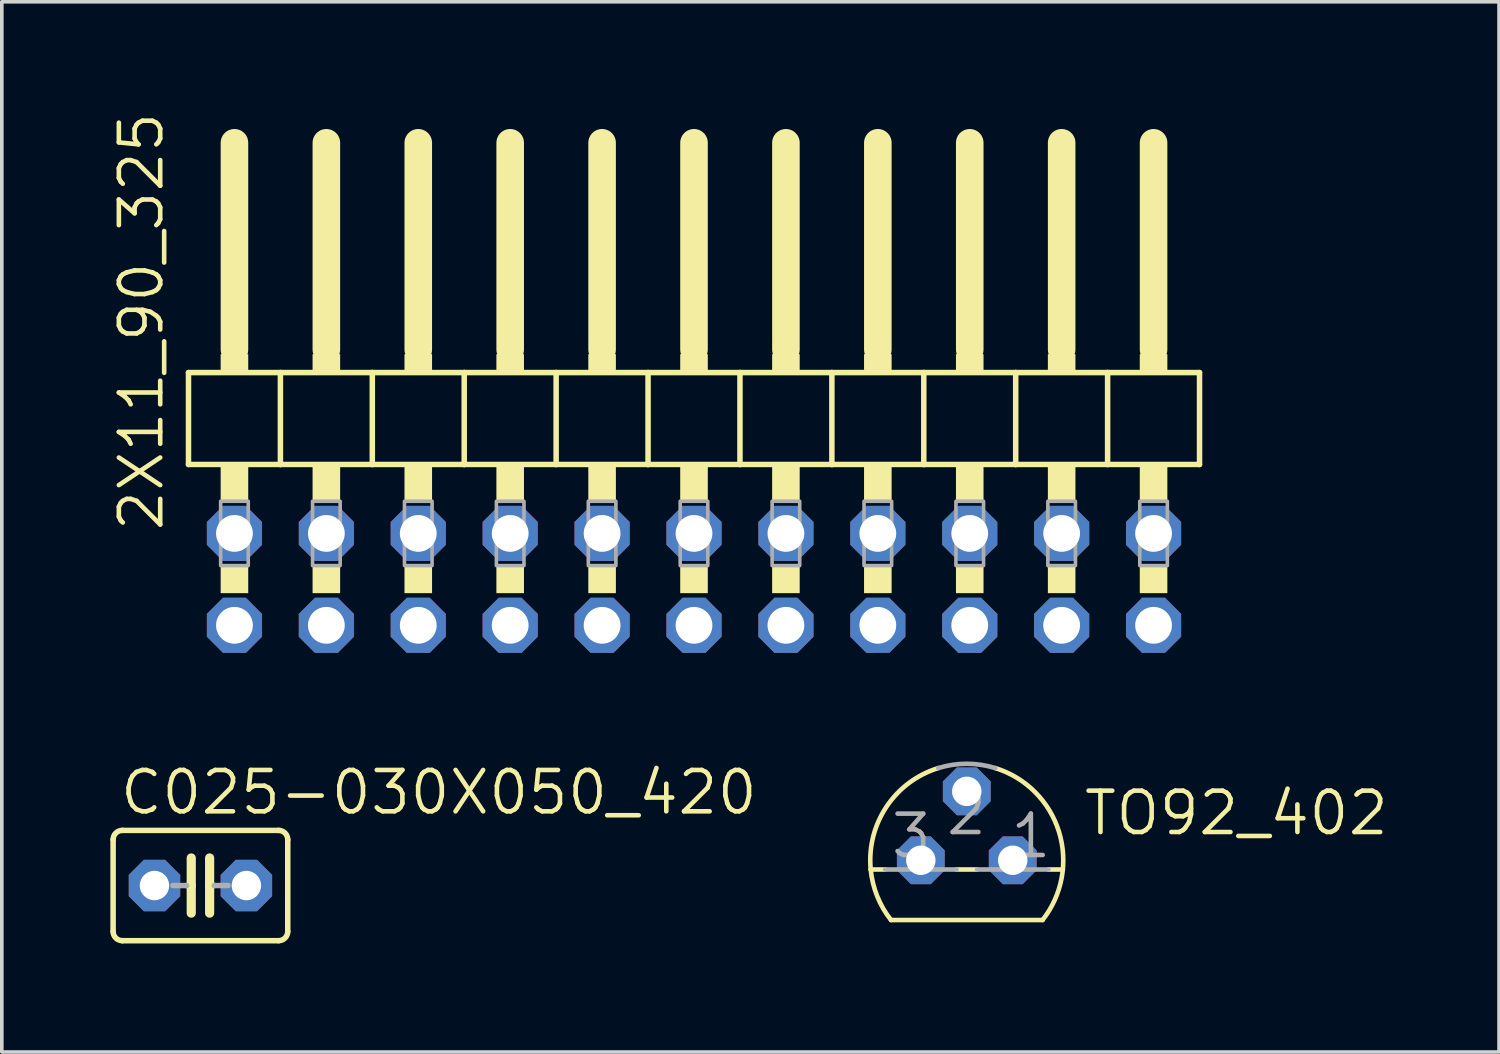
<source format=kicad_pcb>
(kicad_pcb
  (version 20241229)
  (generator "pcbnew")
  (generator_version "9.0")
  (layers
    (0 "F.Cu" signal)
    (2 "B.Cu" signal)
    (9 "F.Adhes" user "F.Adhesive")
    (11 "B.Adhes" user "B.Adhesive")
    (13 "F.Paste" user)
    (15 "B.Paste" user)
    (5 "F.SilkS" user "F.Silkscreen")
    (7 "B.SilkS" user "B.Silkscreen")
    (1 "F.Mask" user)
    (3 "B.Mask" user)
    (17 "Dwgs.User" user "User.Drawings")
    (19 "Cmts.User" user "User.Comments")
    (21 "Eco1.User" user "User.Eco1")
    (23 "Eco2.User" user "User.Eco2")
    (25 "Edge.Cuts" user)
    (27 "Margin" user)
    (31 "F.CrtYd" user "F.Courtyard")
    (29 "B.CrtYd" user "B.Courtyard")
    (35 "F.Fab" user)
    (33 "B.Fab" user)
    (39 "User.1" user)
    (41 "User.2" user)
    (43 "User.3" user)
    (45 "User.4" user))
  (footprint "C025-030X050_420"
    (layer "F.Cu")
    (at 2.489 21.422)
    (property "Reference" "C025-030X050_420" (at -2.286 -1.905 0) (unlocked yes) (layer "F.SilkS") (effects (font (size 1.143 1.143) (thickness 0.127)) (justify left bottom)))
    (fp_line (start -2.413 -1.27) (end -2.413 1.27) (stroke (width 0.152) (type solid)) (layer "F.SilkS"))
    (fp_line (start -2.159 -1.524) (end 2.159 -1.524) (stroke (width 0.152) (type solid)) (layer "F.SilkS"))
    (fp_line (start -0.254 -0.762) (end -0.254 0) (stroke (width 0.254) (type solid)) (layer "F.SilkS"))
    (fp_line (start -0.254 0) (end -0.381 0) (stroke (width 0.152) (type solid)) (layer "F.SilkS"))
    (fp_line (start -0.254 0) (end -0.254 0.762) (stroke (width 0.254) (type solid)) (layer "F.SilkS"))
    (fp_line (start 0.254 0) (end 0.254 -0.762) (stroke (width 0.254) (type solid)) (layer "F.SilkS"))
    (fp_line (start 0.254 0) (end 0.254 0.762) (stroke (width 0.254) (type solid)) (layer "F.SilkS"))
    (fp_line (start 0.381 0) (end 0.254 0) (stroke (width 0.152) (type solid)) (layer "F.SilkS"))
    (fp_line (start 2.159 1.524) (end -2.159 1.524) (stroke (width 0.152) (type solid)) (layer "F.SilkS"))
    (fp_line (start 2.413 -1.27) (end 2.413 1.27) (stroke (width 0.152) (type solid)) (layer "F.SilkS"))
    (fp_arc (start -2.413 -1.27) (mid -2.338605 -1.449605) (end -2.159 -1.524) (stroke (width 0.1524) (type solid)) (layer "F.SilkS"))
    (fp_arc (start -2.159 1.524) (mid -2.338605 1.449605) (end -2.413 1.27) (stroke (width 0.1524) (type solid)) (layer "F.SilkS"))
    (fp_arc (start 2.159 -1.524) (mid 2.338605 -1.449605) (end 2.413 -1.27) (stroke (width 0.1524) (type solid)) (layer "F.SilkS"))
    (fp_arc (start 2.413 1.27) (mid 2.338605 1.449605) (end 2.159 1.524) (stroke (width 0.1524) (type solid)) (layer "F.SilkS"))
    (fp_line (start -0.381 0) (end -0.762 0) (stroke (width 0.152) (type solid)) (layer "F.Fab"))
    (fp_line (start 0.762 0) (end 0.381 0) (stroke (width 0.152) (type solid)) (layer "F.Fab"))
    (pad "1" thru_hole roundrect (at -1.27 0) (size 1.422 1.422) (drill 0.813) (layers "*.Cu" "*.Mask") (roundrect_rratio 0.25) (chamfer_ratio 0.293) (chamfer top_left top_right bottom_left bottom_right))
    (pad "2" thru_hole roundrect (at 1.27 0) (size 1.422 1.422) (drill 0.813) (layers "*.Cu" "*.Mask") (roundrect_rratio 0.25) (chamfer_ratio 0.293) (chamfer top_left top_right bottom_left bottom_right)))
  (footprint "TO92_402"
    (layer "F.Cu")
    (at 23.667 20.724)
    (property "Reference" "TO92_402" (at 3.175 -0.635 0) (unlocked yes) (layer "F.SilkS") (effects (font (size 1.143 1.143) (thickness 0.127)) (justify left bottom)))
    (fp_line (start -2.655 0.254) (end -2.254 0.254) (stroke (width 0.127) (type solid)) (layer "F.SilkS"))
    (fp_line (start -2.095 1.651) (end 2.095 1.651) (stroke (width 0.127) (type solid)) (layer "F.SilkS"))
    (fp_line (start -0.286 0.254) (end 0.286 0.254) (stroke (width 0.127) (type solid)) (layer "F.SilkS"))
    (fp_line (start 2.254 0.254) (end 2.655 0.254) (stroke (width 0.127) (type solid)) (layer "F.SilkS"))
    (fp_arc (start -2.6549 0.254) (mid -2.219001 -1.479566) (end -0.786299 -2.548501) (stroke (width 0.127) (type solid)) (layer "F.SilkS"))
    (fp_arc (start -2.0946 1.651) (mid -2.475347 0.992847) (end -2.654901 0.254) (stroke (width 0.127) (type solid)) (layer "F.SilkS"))
    (fp_arc (start 0.7863 -2.5484) (mid 2.546275 -0.793203) (end 2.094499 1.651) (stroke (width 0.127) (type solid)) (layer "F.SilkS"))
    (fp_line (start -2.254 0.254) (end -0.286 0.254) (stroke (width 0.127) (type solid)) (layer "F.Fab"))
    (fp_line (start 0.286 0.254) (end 2.254 0.254) (stroke (width 0.127) (type solid)) (layer "F.Fab"))
    (fp_arc (start -0.7863 -2.5485) (mid 0 -2.667043) (end 0.7863 -2.5485) (stroke (width 0.127) (type solid)) (layer "F.Fab"))
    (fp_text user "1" (at 1.143 0 0) (unlocked yes) (layer "F.Fab") (effects (font (size 1.143 1.143) (thickness 0.127)) (justify left bottom)))
    (fp_text user "2" (at -0.635 -0.635 0) (unlocked yes) (layer "F.Fab") (effects (font (size 1.143 1.143) (thickness 0.127)) (justify left bottom)))
    (fp_text user "3" (at -2.159 0 0) (unlocked yes) (layer "F.Fab") (effects (font (size 1.143 1.143) (thickness 0.127)) (justify left bottom)))
    (pad "1" thru_hole roundrect (at 1.27 0) (size 1.321 1.321) (drill 0.813) (layers "*.Cu" "*.Mask") (roundrect_rratio 0.25) (chamfer_ratio 0.293) (chamfer top_left top_right bottom_left bottom_right))
    (pad "2" thru_hole roundrect (at 0 -1.905) (size 1.321 1.321) (drill 0.813) (layers "*.Cu" "*.Mask") (roundrect_rratio 0.25) (chamfer_ratio 0.293) (chamfer top_left top_right bottom_left bottom_right))
    (pad "3" thru_hole roundrect (at -1.27 0) (size 1.321 1.321) (drill 0.813) (layers "*.Cu" "*.Mask") (roundrect_rratio 0.25) (chamfer_ratio 0.293) (chamfer top_left top_right bottom_left bottom_right)))
  (footprint "2X11_90_325"
    (layer "F.Cu")
    (at 16.129 7.881)
    (property "Reference" "2X11_90_325" (at -14.605 3.81 90) (unlocked yes) (layer "F.SilkS") (effects (font (size 1.143 1.143) (thickness 0.127)) (justify left bottom)))
    (fp_line (start -13.97 -0.635) (end -13.97 1.905) (stroke (width 0.152) (type solid)) (layer "F.SilkS"))
    (fp_line (start -13.97 1.905) (end -11.43 1.905) (stroke (width 0.152) (type solid)) (layer "F.SilkS"))
    (fp_line (start -12.7 -6.985) (end -12.7 -1.27) (stroke (width 0.762) (type solid)) (layer "F.SilkS"))
    (fp_line (start -11.43 -0.635) (end -13.97 -0.635) (stroke (width 0.152) (type solid)) (layer "F.SilkS"))
    (fp_line (start -11.43 1.905) (end -11.43 -0.635) (stroke (width 0.152) (type solid)) (layer "F.SilkS"))
    (fp_line (start -11.43 1.905) (end -8.89 1.905) (stroke (width 0.152) (type solid)) (layer "F.SilkS"))
    (fp_line (start -10.16 -6.985) (end -10.16 -1.27) (stroke (width 0.762) (type solid)) (layer "F.SilkS"))
    (fp_line (start -8.89 -0.635) (end -11.43 -0.635) (stroke (width 0.152) (type solid)) (layer "F.SilkS"))
    (fp_line (start -8.89 1.905) (end -8.89 -0.635) (stroke (width 0.152) (type solid)) (layer "F.SilkS"))
    (fp_line (start -8.89 1.905) (end -6.35 1.905) (stroke (width 0.152) (type solid)) (layer "F.SilkS"))
    (fp_line (start -7.62 -6.985) (end -7.62 -1.27) (stroke (width 0.762) (type solid)) (layer "F.SilkS"))
    (fp_line (start -6.35 -0.635) (end -8.89 -0.635) (stroke (width 0.152) (type solid)) (layer "F.SilkS"))
    (fp_line (start -6.35 1.905) (end -6.35 -0.635) (stroke (width 0.152) (type solid)) (layer "F.SilkS"))
    (fp_line (start -6.35 1.905) (end -3.81 1.905) (stroke (width 0.152) (type solid)) (layer "F.SilkS"))
    (fp_line (start -5.08 -6.985) (end -5.08 -1.27) (stroke (width 0.762) (type solid)) (layer "F.SilkS"))
    (fp_line (start -3.81 -0.635) (end -6.35 -0.635) (stroke (width 0.152) (type solid)) (layer "F.SilkS"))
    (fp_line (start -3.81 1.905) (end -3.81 -0.635) (stroke (width 0.152) (type solid)) (layer "F.SilkS"))
    (fp_line (start -3.81 1.905) (end -1.27 1.905) (stroke (width 0.152) (type solid)) (layer "F.SilkS"))
    (fp_line (start -2.54 -6.985) (end -2.54 -1.27) (stroke (width 0.762) (type solid)) (layer "F.SilkS"))
    (fp_line (start -1.27 -0.635) (end -3.81 -0.635) (stroke (width 0.152) (type solid)) (layer "F.SilkS"))
    (fp_line (start -1.27 1.905) (end -1.27 -0.635) (stroke (width 0.152) (type solid)) (layer "F.SilkS"))
    (fp_line (start -1.27 1.905) (end 1.27 1.905) (stroke (width 0.152) (type solid)) (layer "F.SilkS"))
    (fp_line (start 0 -6.985) (end 0 -1.27) (stroke (width 0.762) (type solid)) (layer "F.SilkS"))
    (fp_line (start 1.27 -0.635) (end -1.27 -0.635) (stroke (width 0.152) (type solid)) (layer "F.SilkS"))
    (fp_line (start 1.27 1.905) (end 1.27 -0.635) (stroke (width 0.152) (type solid)) (layer "F.SilkS"))
    (fp_line (start 1.27 1.905) (end 3.81 1.905) (stroke (width 0.152) (type solid)) (layer "F.SilkS"))
    (fp_line (start 2.54 -6.985) (end 2.54 -1.27) (stroke (width 0.762) (type solid)) (layer "F.SilkS"))
    (fp_line (start 3.81 -0.635) (end 1.27 -0.635) (stroke (width 0.152) (type solid)) (layer "F.SilkS"))
    (fp_line (start 3.81 1.905) (end 3.81 -0.635) (stroke (width 0.152) (type solid)) (layer "F.SilkS"))
    (fp_line (start 3.81 1.905) (end 6.35 1.905) (stroke (width 0.152) (type solid)) (layer "F.SilkS"))
    (fp_line (start 5.08 -6.985) (end 5.08 -1.27) (stroke (width 0.762) (type solid)) (layer "F.SilkS"))
    (fp_line (start 6.35 -0.635) (end 3.81 -0.635) (stroke (width 0.152) (type solid)) (layer "F.SilkS"))
    (fp_line (start 6.35 1.905) (end 6.35 -0.635) (stroke (width 0.152) (type solid)) (layer "F.SilkS"))
    (fp_line (start 6.35 1.905) (end 8.89 1.905) (stroke (width 0.152) (type solid)) (layer "F.SilkS"))
    (fp_line (start 7.62 -6.985) (end 7.62 -1.27) (stroke (width 0.762) (type solid)) (layer "F.SilkS"))
    (fp_line (start 8.89 -0.635) (end 6.35 -0.635) (stroke (width 0.152) (type solid)) (layer "F.SilkS"))
    (fp_line (start 8.89 1.905) (end 8.89 -0.635) (stroke (width 0.152) (type solid)) (layer "F.SilkS"))
    (fp_line (start 8.89 1.905) (end 11.43 1.905) (stroke (width 0.152) (type solid)) (layer "F.SilkS"))
    (fp_line (start 10.16 -6.985) (end 10.16 -1.27) (stroke (width 0.762) (type solid)) (layer "F.SilkS"))
    (fp_line (start 11.43 -0.635) (end 8.89 -0.635) (stroke (width 0.152) (type solid)) (layer "F.SilkS"))
    (fp_line (start 11.43 1.905) (end 11.43 -0.635) (stroke (width 0.152) (type solid)) (layer "F.SilkS"))
    (fp_line (start 11.43 1.905) (end 13.97 1.905) (stroke (width 0.152) (type solid)) (layer "F.SilkS"))
    (fp_line (start 12.7 -6.985) (end 12.7 -1.27) (stroke (width 0.762) (type solid)) (layer "F.SilkS"))
    (fp_line (start 13.97 -0.635) (end 11.43 -0.635) (stroke (width 0.152) (type solid)) (layer "F.SilkS"))
    (fp_line (start 13.97 1.905) (end 13.97 -0.635) (stroke (width 0.152) (type solid)) (layer "F.SilkS"))
    (fp_poly (pts (xy -13.081 -0.635) (xy -12.319 -0.635) (xy -12.319 -1.143) (xy -13.081 -1.143)) (stroke (width 0) (type default)) (fill yes) (layer "F.SilkS"))
    (fp_poly (pts (xy -13.081 2.921) (xy -12.319 2.921) (xy -12.319 1.905) (xy -13.081 1.905)) (stroke (width 0) (type default)) (fill yes) (layer "F.SilkS"))
    (fp_poly (pts (xy -13.081 5.461) (xy -12.319 5.461) (xy -12.319 4.699) (xy -13.081 4.699)) (stroke (width 0) (type default)) (fill yes) (layer "F.SilkS"))
    (fp_poly (pts (xy -10.541 -0.635) (xy -9.779 -0.635) (xy -9.779 -1.143) (xy -10.541 -1.143)) (stroke (width 0) (type default)) (fill yes) (layer "F.SilkS"))
    (fp_poly (pts (xy -10.541 2.921) (xy -9.779 2.921) (xy -9.779 1.905) (xy -10.541 1.905)) (stroke (width 0) (type default)) (fill yes) (layer "F.SilkS"))
    (fp_poly (pts (xy -10.541 5.461) (xy -9.779 5.461) (xy -9.779 4.699) (xy -10.541 4.699)) (stroke (width 0) (type default)) (fill yes) (layer "F.SilkS"))
    (fp_poly (pts (xy -8.001 -0.635) (xy -7.239 -0.635) (xy -7.239 -1.143) (xy -8.001 -1.143)) (stroke (width 0) (type default)) (fill yes) (layer "F.SilkS"))
    (fp_poly (pts (xy -8.001 2.921) (xy -7.239 2.921) (xy -7.239 1.905) (xy -8.001 1.905)) (stroke (width 0) (type default)) (fill yes) (layer "F.SilkS"))
    (fp_poly (pts (xy -8.001 5.461) (xy -7.239 5.461) (xy -7.239 4.699) (xy -8.001 4.699)) (stroke (width 0) (type default)) (fill yes) (layer "F.SilkS"))
    (fp_poly (pts (xy -5.461 -0.635) (xy -4.699 -0.635) (xy -4.699 -1.143) (xy -5.461 -1.143)) (stroke (width 0) (type default)) (fill yes) (layer "F.SilkS"))
    (fp_poly (pts (xy -5.461 2.921) (xy -4.699 2.921) (xy -4.699 1.905) (xy -5.461 1.905)) (stroke (width 0) (type default)) (fill yes) (layer "F.SilkS"))
    (fp_poly (pts (xy -5.461 5.461) (xy -4.699 5.461) (xy -4.699 4.699) (xy -5.461 4.699)) (stroke (width 0) (type default)) (fill yes) (layer "F.SilkS"))
    (fp_poly (pts (xy -2.921 -0.635) (xy -2.159 -0.635) (xy -2.159 -1.143) (xy -2.921 -1.143)) (stroke (width 0) (type default)) (fill yes) (layer "F.SilkS"))
    (fp_poly (pts (xy -2.921 2.921) (xy -2.159 2.921) (xy -2.159 1.905) (xy -2.921 1.905)) (stroke (width 0) (type default)) (fill yes) (layer "F.SilkS"))
    (fp_poly (pts (xy -2.921 5.461) (xy -2.159 5.461) (xy -2.159 4.699) (xy -2.921 4.699)) (stroke (width 0) (type default)) (fill yes) (layer "F.SilkS"))
    (fp_poly (pts (xy -0.381 -0.635) (xy 0.381 -0.635) (xy 0.381 -1.143) (xy -0.381 -1.143)) (stroke (width 0) (type default)) (fill yes) (layer "F.SilkS"))
    (fp_poly (pts (xy -0.381 2.921) (xy 0.381 2.921) (xy 0.381 1.905) (xy -0.381 1.905)) (stroke (width 0) (type default)) (fill yes) (layer "F.SilkS"))
    (fp_poly (pts (xy -0.381 5.461) (xy 0.381 5.461) (xy 0.381 4.699) (xy -0.381 4.699)) (stroke (width 0) (type default)) (fill yes) (layer "F.SilkS"))
    (fp_poly (pts (xy 2.159 -0.635) (xy 2.921 -0.635) (xy 2.921 -1.143) (xy 2.159 -1.143)) (stroke (width 0) (type default)) (fill yes) (layer "F.SilkS"))
    (fp_poly (pts (xy 2.159 2.921) (xy 2.921 2.921) (xy 2.921 1.905) (xy 2.159 1.905)) (stroke (width 0) (type default)) (fill yes) (layer "F.SilkS"))
    (fp_poly (pts (xy 2.159 5.461) (xy 2.921 5.461) (xy 2.921 4.699) (xy 2.159 4.699)) (stroke (width 0) (type default)) (fill yes) (layer "F.SilkS"))
    (fp_poly (pts (xy 4.699 -0.635) (xy 5.461 -0.635) (xy 5.461 -1.143) (xy 4.699 -1.143)) (stroke (width 0) (type default)) (fill yes) (layer "F.SilkS"))
    (fp_poly (pts (xy 4.699 2.921) (xy 5.461 2.921) (xy 5.461 1.905) (xy 4.699 1.905)) (stroke (width 0) (type default)) (fill yes) (layer "F.SilkS"))
    (fp_poly (pts (xy 4.699 5.461) (xy 5.461 5.461) (xy 5.461 4.699) (xy 4.699 4.699)) (stroke (width 0) (type default)) (fill yes) (layer "F.SilkS"))
    (fp_poly (pts (xy 7.239 -0.635) (xy 8.001 -0.635) (xy 8.001 -1.143) (xy 7.239 -1.143)) (stroke (width 0) (type default)) (fill yes) (layer "F.SilkS"))
    (fp_poly (pts (xy 7.239 2.921) (xy 8.001 2.921) (xy 8.001 1.905) (xy 7.239 1.905)) (stroke (width 0) (type default)) (fill yes) (layer "F.SilkS"))
    (fp_poly (pts (xy 7.239 5.461) (xy 8.001 5.461) (xy 8.001 4.699) (xy 7.239 4.699)) (stroke (width 0) (type default)) (fill yes) (layer "F.SilkS"))
    (fp_poly (pts (xy 9.779 -0.635) (xy 10.541 -0.635) (xy 10.541 -1.143) (xy 9.779 -1.143)) (stroke (width 0) (type default)) (fill yes) (layer "F.SilkS"))
    (fp_poly (pts (xy 9.779 2.921) (xy 10.541 2.921) (xy 10.541 1.905) (xy 9.779 1.905)) (stroke (width 0) (type default)) (fill yes) (layer "F.SilkS"))
    (fp_poly (pts (xy 9.779 5.461) (xy 10.541 5.461) (xy 10.541 4.699) (xy 9.779 4.699)) (stroke (width 0) (type default)) (fill yes) (layer "F.SilkS"))
    (fp_poly (pts (xy 12.319 -0.635) (xy 13.081 -0.635) (xy 13.081 -1.143) (xy 12.319 -1.143)) (stroke (width 0) (type default)) (fill yes) (layer "F.SilkS"))
    (fp_poly (pts (xy 12.319 2.921) (xy 13.081 2.921) (xy 13.081 1.905) (xy 12.319 1.905)) (stroke (width 0) (type default)) (fill yes) (layer "F.SilkS"))
    (fp_poly (pts (xy 12.319 5.461) (xy 13.081 5.461) (xy 13.081 4.699) (xy 12.319 4.699)) (stroke (width 0) (type default)) (fill yes) (layer "F.SilkS"))
    (fp_poly (pts (xy -13.081 4.699) (xy -12.319 4.699) (xy -12.319 2.921) (xy -13.081 2.921)) (stroke (width 0.1) (type default)) (fill no) (layer "F.Fab"))
    (fp_poly (pts (xy -10.541 4.699) (xy -9.779 4.699) (xy -9.779 2.921) (xy -10.541 2.921)) (stroke (width 0.1) (type default)) (fill no) (layer "F.Fab"))
    (fp_poly (pts (xy -8.001 4.699) (xy -7.239 4.699) (xy -7.239 2.921) (xy -8.001 2.921)) (stroke (width 0.1) (type default)) (fill no) (layer "F.Fab"))
    (fp_poly (pts (xy -5.461 4.699) (xy -4.699 4.699) (xy -4.699 2.921) (xy -5.461 2.921)) (stroke (width 0.1) (type default)) (fill no) (layer "F.Fab"))
    (fp_poly (pts (xy -2.921 4.699) (xy -2.159 4.699) (xy -2.159 2.921) (xy -2.921 2.921)) (stroke (width 0.1) (type default)) (fill no) (layer "F.Fab"))
    (fp_poly (pts (xy -0.381 4.699) (xy 0.381 4.699) (xy 0.381 2.921) (xy -0.381 2.921)) (stroke (width 0.1) (type default)) (fill no) (layer "F.Fab"))
    (fp_poly (pts (xy 2.159 4.699) (xy 2.921 4.699) (xy 2.921 2.921) (xy 2.159 2.921)) (stroke (width 0.1) (type default)) (fill no) (layer "F.Fab"))
    (fp_poly (pts (xy 4.699 4.699) (xy 5.461 4.699) (xy 5.461 2.921) (xy 4.699 2.921)) (stroke (width 0.1) (type default)) (fill no) (layer "F.Fab"))
    (fp_poly (pts (xy 7.239 4.699) (xy 8.001 4.699) (xy 8.001 2.921) (xy 7.239 2.921)) (stroke (width 0.1) (type default)) (fill no) (layer "F.Fab"))
    (fp_poly (pts (xy 9.779 4.699) (xy 10.541 4.699) (xy 10.541 2.921) (xy 9.779 2.921)) (stroke (width 0.1) (type default)) (fill no) (layer "F.Fab"))
    (fp_poly (pts (xy 12.319 4.699) (xy 13.081 4.699) (xy 13.081 2.921) (xy 12.319 2.921)) (stroke (width 0.1) (type default)) (fill no) (layer "F.Fab"))
    (pad "1" thru_hole roundrect (at -12.7 6.35) (size 1.524 1.524) (drill 1.016) (layers "*.Cu" "*.Mask") (roundrect_rratio 0.25) (chamfer_ratio 0.293) (chamfer top_left top_right bottom_left bottom_right))
    (pad "2" thru_hole roundrect (at -12.7 3.81) (size 1.524 1.524) (drill 1.016) (layers "*.Cu" "*.Mask") (roundrect_rratio 0.25) (chamfer_ratio 0.293) (chamfer top_left top_right bottom_left bottom_right))
    (pad "3" thru_hole roundrect (at -10.16 6.35) (size 1.524 1.524) (drill 1.016) (layers "*.Cu" "*.Mask") (roundrect_rratio 0.25) (chamfer_ratio 0.293) (chamfer top_left top_right bottom_left bottom_right))
    (pad "4" thru_hole roundrect (at -10.16 3.81) (size 1.524 1.524) (drill 1.016) (layers "*.Cu" "*.Mask") (roundrect_rratio 0.25) (chamfer_ratio 0.293) (chamfer top_left top_right bottom_left bottom_right))
    (pad "5" thru_hole roundrect (at -7.62 6.35) (size 1.524 1.524) (drill 1.016) (layers "*.Cu" "*.Mask") (roundrect_rratio 0.25) (chamfer_ratio 0.293) (chamfer top_left top_right bottom_left bottom_right))
    (pad "6" thru_hole roundrect (at -7.62 3.81) (size 1.524 1.524) (drill 1.016) (layers "*.Cu" "*.Mask") (roundrect_rratio 0.25) (chamfer_ratio 0.293) (chamfer top_left top_right bottom_left bottom_right))
    (pad "7" thru_hole roundrect (at -5.08 6.35) (size 1.524 1.524) (drill 1.016) (layers "*.Cu" "*.Mask") (roundrect_rratio 0.25) (chamfer_ratio 0.293) (chamfer top_left top_right bottom_left bottom_right))
    (pad "8" thru_hole roundrect (at -5.08 3.81) (size 1.524 1.524) (drill 1.016) (layers "*.Cu" "*.Mask") (roundrect_rratio 0.25) (chamfer_ratio 0.293) (chamfer top_left top_right bottom_left bottom_right))
    (pad "9" thru_hole roundrect (at -2.54 6.35) (size 1.524 1.524) (drill 1.016) (layers "*.Cu" "*.Mask") (roundrect_rratio 0.25) (chamfer_ratio 0.293) (chamfer top_left top_right bottom_left bottom_right))
    (pad "10" thru_hole roundrect (at -2.54 3.81) (size 1.524 1.524) (drill 1.016) (layers "*.Cu" "*.Mask") (roundrect_rratio 0.25) (chamfer_ratio 0.293) (chamfer top_left top_right bottom_left bottom_right))
    (pad "11" thru_hole roundrect (at 0 6.35) (size 1.524 1.524) (drill 1.016) (layers "*.Cu" "*.Mask") (roundrect_rratio 0.25) (chamfer_ratio 0.293) (chamfer top_left top_right bottom_left bottom_right))
    (pad "12" thru_hole roundrect (at 0 3.81) (size 1.524 1.524) (drill 1.016) (layers "*.Cu" "*.Mask") (roundrect_rratio 0.25) (chamfer_ratio 0.293) (chamfer top_left top_right bottom_left bottom_right))
    (pad "13" thru_hole roundrect (at 2.54 6.35) (size 1.524 1.524) (drill 1.016) (layers "*.Cu" "*.Mask") (roundrect_rratio 0.25) (chamfer_ratio 0.293) (chamfer top_left top_right bottom_left bottom_right))
    (pad "14" thru_hole roundrect (at 2.54 3.81) (size 1.524 1.524) (drill 1.016) (layers "*.Cu" "*.Mask") (roundrect_rratio 0.25) (chamfer_ratio 0.293) (chamfer top_left top_right bottom_left bottom_right))
    (pad "15" thru_hole roundrect (at 5.08 6.35) (size 1.524 1.524) (drill 1.016) (layers "*.Cu" "*.Mask") (roundrect_rratio 0.25) (chamfer_ratio 0.293) (chamfer top_left top_right bottom_left bottom_right))
    (pad "16" thru_hole roundrect (at 5.08 3.81) (size 1.524 1.524) (drill 1.016) (layers "*.Cu" "*.Mask") (roundrect_rratio 0.25) (chamfer_ratio 0.293) (chamfer top_left top_right bottom_left bottom_right))
    (pad "17" thru_hole roundrect (at 7.62 6.35) (size 1.524 1.524) (drill 1.016) (layers "*.Cu" "*.Mask") (roundrect_rratio 0.25) (chamfer_ratio 0.293) (chamfer top_left top_right bottom_left bottom_right))
    (pad "18" thru_hole roundrect (at 7.62 3.81) (size 1.524 1.524) (drill 1.016) (layers "*.Cu" "*.Mask") (roundrect_rratio 0.25) (chamfer_ratio 0.293) (chamfer top_left top_right bottom_left bottom_right))
    (pad "19" thru_hole roundrect (at 10.16 6.35) (size 1.524 1.524) (drill 1.016) (layers "*.Cu" "*.Mask") (roundrect_rratio 0.25) (chamfer_ratio 0.293) (chamfer top_left top_right bottom_left bottom_right))
    (pad "20" thru_hole roundrect (at 10.16 3.81) (size 1.524 1.524) (drill 1.016) (layers "*.Cu" "*.Mask") (roundrect_rratio 0.25) (chamfer_ratio 0.293) (chamfer top_left top_right bottom_left bottom_right))
    (pad "21" thru_hole roundrect (at 12.7 6.35) (size 1.524 1.524) (drill 1.016) (layers "*.Cu" "*.Mask") (roundrect_rratio 0.25) (chamfer_ratio 0.293) (chamfer top_left top_right bottom_left bottom_right))
    (pad "22" thru_hole roundrect (at 12.7 3.81) (size 1.524 1.524) (drill 1.016) (layers "*.Cu" "*.Mask") (roundrect_rratio 0.25) (chamfer_ratio 0.293) (chamfer top_left top_right bottom_left bottom_right)))
  (gr_rect
    (start -3 -3)
    (end 38.376 26.022)
    (stroke (width 0.1) (type default))
    (fill no)
    (layer "Edge.Cuts")))
</source>
